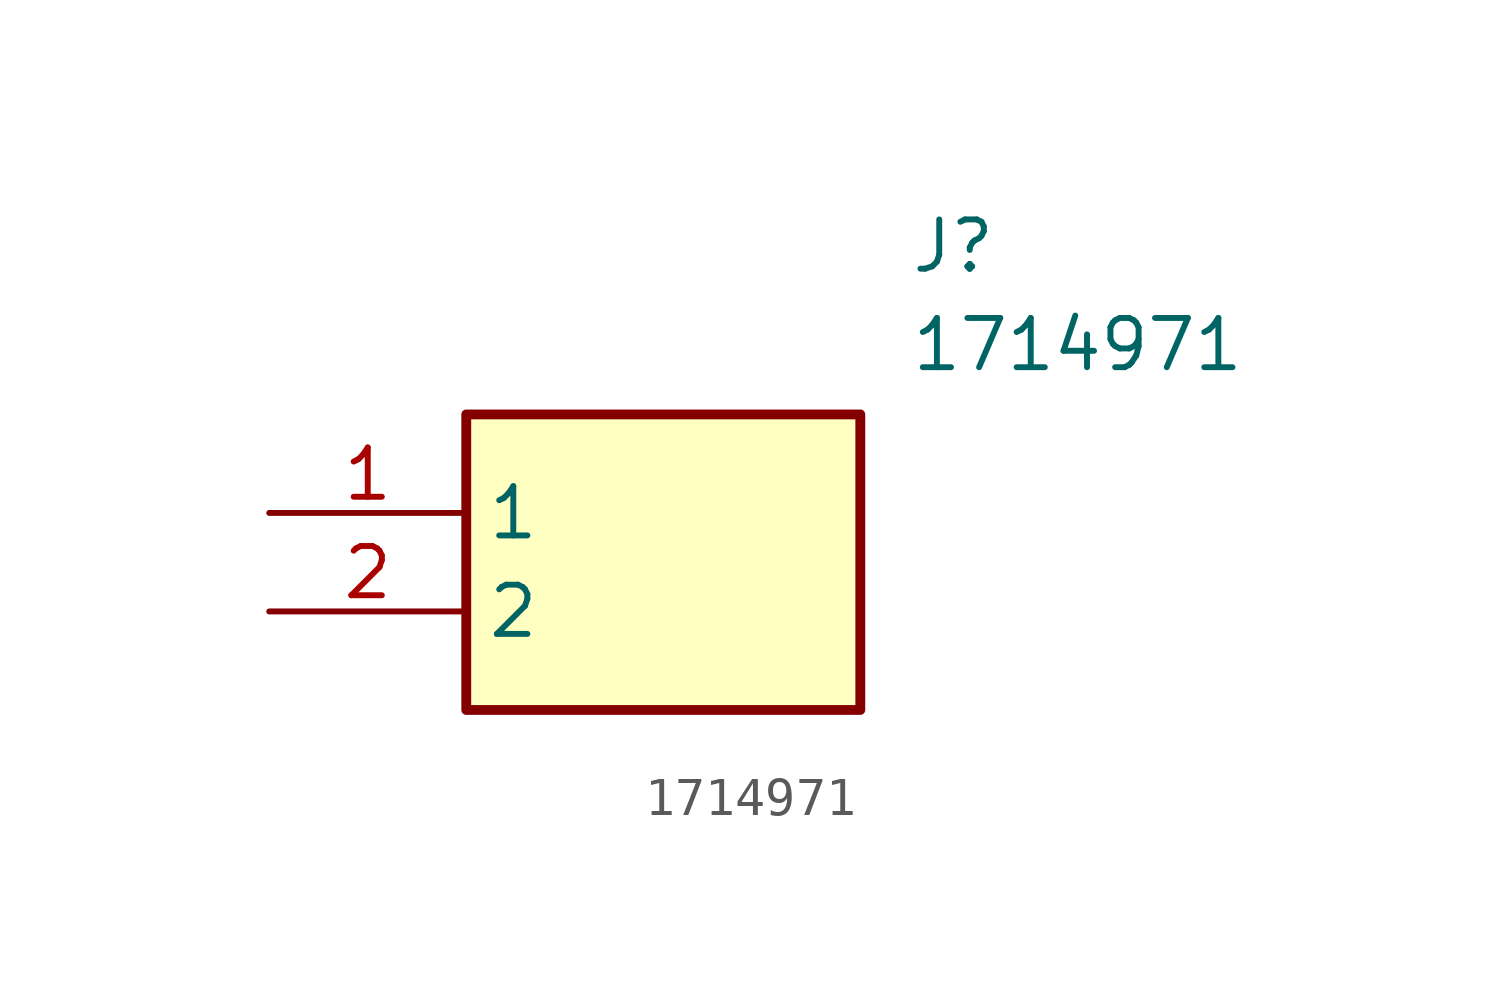
<source format=kicad_sym>
(kicad_symbol_lib
  (version 20211014)
  (generator SamacSys_ECAD_Model)
  (symbol "1714971"
    (property "Reference" "J"
      (at 16.51 7.62 0)
      (effects (font (size 1.27 1.27)) (justify left top)))
    (property "Value" "1714971"
      (at 16.51 5.08 0)
      (effects (font (size 1.27 1.27)) (justify left top)))
    (rectangle
      (start 5.08 2.54)
      (end 15.24 -5.08)
      (stroke (width 0.254) (type default))
      (fill (type background)))
    (pin passive line
      (at 0 0 0)
      (length 5.08)
      (name "1" (effects (font (size 1.27 1.27))))
      (number "1" (effects (font (size 1.27 1.27)))))
    (pin passive line
      (at 0 -2.54 0)
      (length 5.08)
      (name "2" (effects (font (size 1.27 1.27))))
      (number "2" (effects (font (size 1.27 1.27)))))))
</source>
